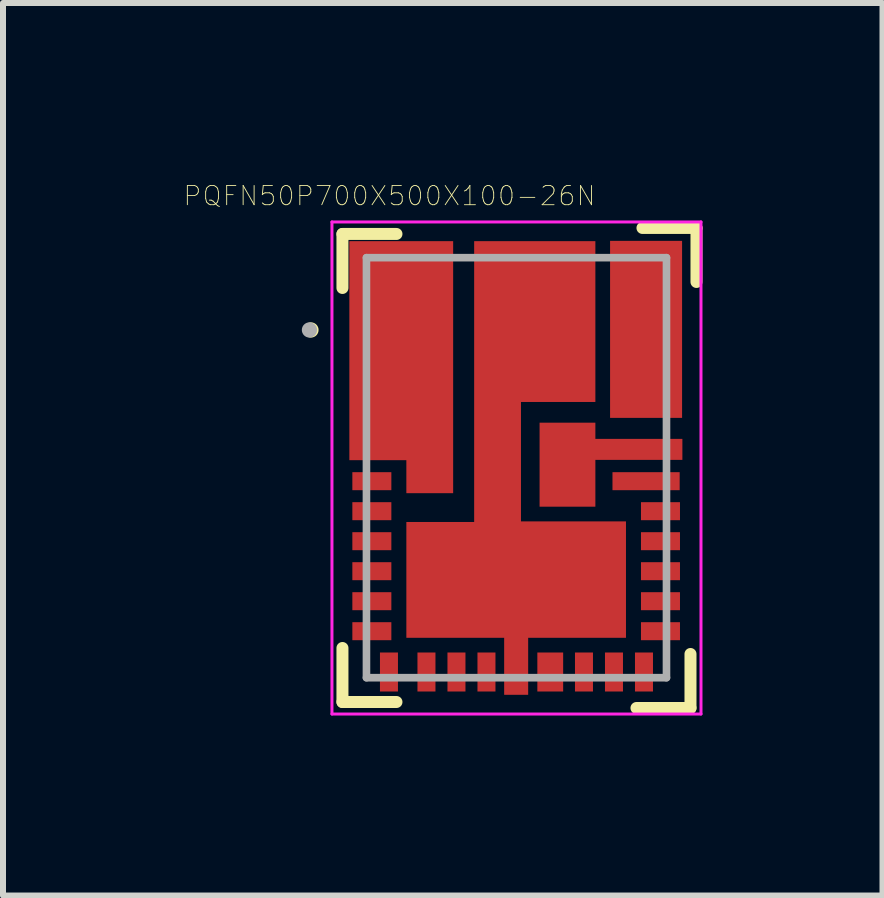
<source format=kicad_pcb>
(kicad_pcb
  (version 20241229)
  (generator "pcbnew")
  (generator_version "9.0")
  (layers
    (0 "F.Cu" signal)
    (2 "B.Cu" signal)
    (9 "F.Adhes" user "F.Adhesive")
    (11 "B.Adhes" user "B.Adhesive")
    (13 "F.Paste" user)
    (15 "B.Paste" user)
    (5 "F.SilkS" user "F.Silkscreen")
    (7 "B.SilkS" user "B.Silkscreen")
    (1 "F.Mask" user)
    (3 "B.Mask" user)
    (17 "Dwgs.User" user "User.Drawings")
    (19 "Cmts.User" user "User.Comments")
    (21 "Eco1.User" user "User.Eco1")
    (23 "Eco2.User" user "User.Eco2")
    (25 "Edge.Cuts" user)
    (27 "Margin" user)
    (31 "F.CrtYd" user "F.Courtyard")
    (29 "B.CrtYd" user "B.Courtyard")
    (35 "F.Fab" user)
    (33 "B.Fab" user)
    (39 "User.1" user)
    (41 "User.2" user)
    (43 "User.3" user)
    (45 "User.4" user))
  (footprint "PQFN50P700X500X100-26N"
    (layer "F.Cu")
    (at 5.557 4.744)
    (property "Reference" "PQFN50P700X500X100-26N" (at -2.117 -4.53 0) (layer "F.SilkS") (effects (font (size 0.32 0.32) (thickness 0.015))))
    (attr through_hole)
    (fp_poly (pts (xy -1.055 0.425) (xy -1.835 0.425) (xy -1.835 -0.125) (xy -2.785 -0.125) (xy -2.785 -3.775) (xy -1.055 -3.775)) (stroke (width 0) (type solid)) (fill yes) (layer "F.Cu"))
    (fp_poly (pts (xy 2.765 -0.13) (xy 1.315 -0.13) (xy 1.315 0.65) (xy 0.385 0.65) (xy 0.385 -0.75) (xy 1.315 -0.75) (xy 1.315 -0.48) (xy 2.765 -0.48)) (stroke (width 0) (type solid)) (fill yes) (layer "F.Cu"))
    (fp_poly (pts (xy 1.315 -3.775) (xy 1.315 -1.095) (xy 0.075 -1.095) (xy 0.075 0.895) (xy 1.825 0.895) (xy 1.825 2.835) (xy 0.195 2.835) (xy 0.195 3.785) (xy -0.205 3.785) (xy -0.205 2.835) (xy -1.835 2.835) (xy -1.835 0.905) (xy -0.705 0.905) (xy -0.705 -3.775)) (stroke (width 0) (type solid)) (fill yes) (layer "F.Cu"))
    (fp_poly (pts (xy -2.58 0.875) (xy -2.225 0.875) (xy -2.225 1.578) (xy -2.58 1.578)) (stroke (width 0.01) (type solid)) (fill yes) (layer "F.Mask"))
    (fp_poly (pts (xy -2.579 1.375) (xy -2.225 1.375) (xy -2.225 2.078) (xy -2.579 2.078)) (stroke (width 0.01) (type solid)) (fill yes) (layer "F.Mask"))
    (fp_poly (pts (xy -2.577 -0.125) (xy -2.225 -0.125) (xy -2.225 0.575) (xy -2.577 0.575)) (stroke (width 0.01) (type solid)) (fill yes) (layer "F.Mask"))
    (fp_poly (pts (xy -2.577 2.37) (xy -2.225 2.37) (xy -2.225 3.072) (xy -2.577 3.072)) (stroke (width 0.01) (type solid)) (fill yes) (layer "F.Mask"))
    (fp_poly (pts (xy -2.576 0.375) (xy -2.225 0.375) (xy -2.225 1.076) (xy -2.576 1.076)) (stroke (width 0.01) (type solid)) (fill yes) (layer "F.Mask"))
    (fp_poly (pts (xy -2.576 1.875) (xy -2.225 1.875) (xy -2.225 2.576) (xy -2.576 2.576)) (stroke (width 0.01) (type solid)) (fill yes) (layer "F.Mask"))
    (fp_poly (pts (xy -2.301 3.055) (xy -1.95 3.055) (xy -1.95 3.756) (xy -2.301 3.756)) (stroke (width 0.01) (type solid)) (fill yes) (layer "F.Mask"))
    (fp_poly (pts (xy -1.678 3.055) (xy -1.325 3.055) (xy -1.325 3.761) (xy -1.678 3.761)) (stroke (width 0.01) (type solid)) (fill yes) (layer "F.Mask"))
    (fp_poly (pts (xy -1.177 3.055) (xy -0.825 3.055) (xy -0.825 3.762) (xy -1.177 3.762)) (stroke (width 0.01) (type solid)) (fill yes) (layer "F.Mask"))
    (fp_poly (pts (xy -0.675 3.055) (xy -0.325 3.055) (xy -0.325 3.757) (xy -0.675 3.757)) (stroke (width 0.01) (type solid)) (fill yes) (layer "F.Mask"))
    (fp_poly (pts (xy 0.321 3.055) (xy 0.805 3.055) (xy 0.805 3.762) (xy 0.321 3.762)) (stroke (width 0.01) (type solid)) (fill yes) (layer "F.Mask"))
    (fp_poly (pts (xy 0.951 3.055) (xy 1.3 3.055) (xy 1.3 3.761) (xy 0.951 3.761)) (stroke (width 0.01) (type solid)) (fill yes) (layer "F.Mask"))
    (fp_poly (pts (xy 1.451 3.055) (xy 1.8 3.055) (xy 1.8 3.756) (xy 1.451 3.756)) (stroke (width 0.01) (type solid)) (fill yes) (layer "F.Mask"))
    (fp_poly (pts (xy 1.586 0.055) (xy 2.755 0.055) (xy 2.755 0.4) (xy 1.586 0.4)) (stroke (width 0.01) (type solid)) (fill yes) (layer "F.Mask"))
    (fp_poly (pts (xy 1.951 3.055) (xy 2.3 3.055) (xy 2.3 3.757) (xy 1.951 3.757)) (stroke (width 0.01) (type solid)) (fill yes) (layer "F.Mask"))
    (fp_poly (pts (xy 2.236 1.875) (xy 2.585 1.875) (xy 2.585 2.577) (xy 2.236 2.577)) (stroke (width 0.01) (type solid)) (fill yes) (layer "F.Mask"))
    (fp_poly (pts (xy 2.237 0.375) (xy 2.585 0.375) (xy 2.585 1.076) (xy 2.237 1.076)) (stroke (width 0.01) (type solid)) (fill yes) (layer "F.Mask"))
    (fp_poly (pts (xy 2.238 2.375) (xy 2.585 2.375) (xy 2.585 3.078) (xy 2.238 3.078)) (stroke (width 0.01) (type solid)) (fill yes) (layer "F.Mask"))
    (fp_poly (pts (xy 2.239 1.375) (xy 2.585 1.375) (xy 2.585 2.079) (xy 2.239 2.079)) (stroke (width 0.01) (type solid)) (fill yes) (layer "F.Mask"))
    (fp_poly (pts (xy 2.239 0.875) (xy 2.585 0.875) (xy 2.585 1.578) (xy 2.239 1.578)) (stroke (width 0.01) (type solid)) (fill yes) (layer "F.Mask"))
    (fp_poly (pts (xy 2.725 -0.155) (xy 1.275 -0.155) (xy 1.275 0.625) (xy 0.445 0.625) (xy 0.445 -0.725) (xy 1.275 -0.725) (xy 1.275 -0.455) (xy 2.725 -0.455)) (stroke (width 0) (type solid)) (fill yes) (layer "F.Mask"))
    (fp_poly (pts (xy -1.105 -3.73) (xy -1.505 -3.73) (xy -1.505 -3.18) (xy -2.735 -3.18) (xy -2.735 -2.63) (xy -2.235 -2.63) (xy -2.235 -1.93) (xy -2.735 -1.93) (xy -2.735 -1.38) (xy -2.235 -1.38) (xy -2.235 -0.68) (xy -2.735 -0.68) (xy -2.735 -0.13) (xy -1.785 -0.13) (xy -1.785 0.37) (xy -1.105 0.37)) (stroke (width 0.001) (type solid)) (fill yes) (layer "F.Mask"))
    (fp_poly (pts (xy 1.27 -3.73) (xy 1.27 -1.15) (xy 0.03 -1.15) (xy 0.03 0.94) (xy 1.78 0.94) (xy 1.78 2.78) (xy 0.15 2.78) (xy 0.15 3.73) (xy -0.15 3.73) (xy -0.15 2.78) (xy -1.78 2.78) (xy -1.78 0.95) (xy -0.65 0.95) (xy -0.65 -3.73) (xy -0.1 -3.73) (xy -0.1 -3.18) (xy 0.72 -3.18) (xy 0.72 -3.73)) (stroke (width 0) (type solid)) (fill yes) (layer "F.Mask"))
    (fp_poly (pts (xy 2.71 -0.88) (xy 1.61 -0.88) (xy 1.61 -3.73) (xy 1.84 -3.73) (xy 1.84 -3.18) (xy 2.71 -3.18) (xy 2.71 -2.88) (xy 2.22 -2.88) (xy 2.22 -2.68) (xy 2.71 -2.68) (xy 2.71 -2.38) (xy 2.22 -2.38) (xy 2.22 -2.18) (xy 2.71 -2.18) (xy 2.71 -1.88) (xy 2.18 -1.88) (xy 2.18 -1.68) (xy 2.71 -1.68) (xy 2.71 -1.38) (xy 2.16 -1.38) (xy 2.16 -1.18) (xy 2.71 -1.18)) (stroke (width 0.001) (type solid)) (fill yes) (layer "F.Mask"))
    (fp_poly (pts (xy 2.71 -0.88) (xy 1.61 -0.88) (xy 1.61 -3.73) (xy 2.07 -3.73) (xy 2.07 -3.18) (xy 2.71 -3.18) (xy 2.71 -2.88) (xy 2.22 -2.88) (xy 2.22 -2.68) (xy 2.71 -2.68) (xy 2.71 -2.38) (xy 2.22 -2.38) (xy 2.22 -2.18) (xy 2.71 -2.18) (xy 2.71 -1.88) (xy 2.22 -1.88) (xy 2.22 -1.68) (xy 2.71 -1.68) (xy 2.71 -1.38) (xy 2.22 -1.38) (xy 2.22 -1.18) (xy 2.71 -1.18)) (stroke (width 0.001) (type solid)) (fill yes) (layer "F.Mask"))
    (fp_line (start -2.9 -3.895) (end -2.9 -2.995) (stroke (width 0.2) (type solid)) (layer "F.SilkS"))
    (fp_line (start -2.9 3.005) (end -2.9 3.905) (stroke (width 0.2) (type solid)) (layer "F.SilkS"))
    (fp_line (start -2 -3.895) (end -2.9 -3.895) (stroke (width 0.2) (type solid)) (layer "F.SilkS"))
    (fp_line (start -2 3.905) (end -2.9 3.905) (stroke (width 0.2) (type solid)) (layer "F.SilkS"))
    (fp_line (start 2.9 3.105) (end 2.9 4.005) (stroke (width 0.2) (type solid)) (layer "F.SilkS"))
    (fp_line (start 2.9 4.005) (end 2 4.005) (stroke (width 0.2) (type solid)) (layer "F.SilkS"))
    (fp_line (start 3 -3.995) (end 2.1 -3.995) (stroke (width 0.2) (type solid)) (layer "F.SilkS"))
    (fp_line (start 3 -3.995) (end 3 -3.095) (stroke (width 0.2) (type solid)) (layer "F.SilkS"))
    (fp_circle (center -3.425 -2.295) (end -3.298 -2.295) (stroke (width 0) (type solid)) (fill yes) (layer "F.SilkS"))
    (fp_poly (pts (xy -2.514 1.95) (xy -2.23 1.95) (xy -2.23 2.504) (xy -2.514 2.504)) (stroke (width 0.01) (type solid)) (fill yes) (layer "F.Paste"))
    (fp_poly (pts (xy -2.514 2.45) (xy -2.23 2.45) (xy -2.23 3.005) (xy -2.514 3.005)) (stroke (width 0.01) (type solid)) (fill yes) (layer "F.Paste"))
    (fp_poly (pts (xy -2.513 0.95) (xy -2.23 0.95) (xy -2.23 1.502) (xy -2.513 1.502)) (stroke (width 0.01) (type solid)) (fill yes) (layer "F.Paste"))
    (fp_poly (pts (xy -2.511 1.45) (xy -2.23 1.45) (xy -2.23 2.001) (xy -2.511 2.001)) (stroke (width 0.01) (type solid)) (fill yes) (layer "F.Paste"))
    (fp_poly (pts (xy -2.511 0.45) (xy -2.23 0.45) (xy -2.23 1) (xy -2.511 1)) (stroke (width 0.01) (type solid)) (fill yes) (layer "F.Paste"))
    (fp_poly (pts (xy -2.51 -0.05) (xy -2.23 -0.05) (xy -2.23 0.5) (xy -2.51 0.5)) (stroke (width 0.01) (type solid)) (fill yes) (layer "F.Paste"))
    (fp_poly (pts (xy -2.267 3.09) (xy -1.985 3.09) (xy -1.985 3.642) (xy -2.267 3.642)) (stroke (width 0.01) (type solid)) (fill yes) (layer "F.Paste"))
    (fp_poly (pts (xy -1.736 0.07) (xy -1.155 0.07) (xy -1.155 0.32) (xy -1.736 0.32)) (stroke (width 0.01) (type solid)) (fill yes) (layer "F.Paste"))
    (fp_poly (pts (xy -1.733 0.99) (xy -0.73 0.99) (xy -0.73 1.743) (xy -1.733 1.743)) (stroke (width 0.01) (type solid)) (fill yes) (layer "F.Paste"))
    (fp_poly (pts (xy -1.73 1.97) (xy -0.73 1.97) (xy -0.73 2.72) (xy -1.73 2.72)) (stroke (width 0.01) (type solid)) (fill yes) (layer "F.Paste"))
    (fp_poly (pts (xy -1.64 3.09) (xy -1.36 3.09) (xy -1.36 3.64) (xy -1.64 3.64)) (stroke (width 0.01) (type solid)) (fill yes) (layer "F.Paste"))
    (fp_poly (pts (xy -1.462 -3.565) (xy -1.16 -3.565) (xy -1.16 -3.329) (xy -1.462 -3.329)) (stroke (width 0.01) (type solid)) (fill yes) (layer "F.Paste"))
    (fp_poly (pts (xy -1.141 3.09) (xy -0.86 3.09) (xy -0.86 3.642) (xy -1.141 3.642)) (stroke (width 0.01) (type solid)) (fill yes) (layer "F.Paste"))
    (fp_poly (pts (xy -0.641 3.09) (xy -0.36 3.09) (xy -0.36 3.643) (xy -0.641 3.643)) (stroke (width 0.01) (type solid)) (fill yes) (layer "F.Paste"))
    (fp_poly (pts (xy -0.606 -3.575) (xy -0.155 -3.575) (xy -0.155 -3.34) (xy -0.606 -3.34)) (stroke (width 0.01) (type solid)) (fill yes) (layer "F.Paste"))
    (fp_poly (pts (xy -0.601 0.035) (xy -0.02 0.035) (xy -0.02 0.736) (xy -0.601 0.736)) (stroke (width 0.01) (type solid)) (fill yes) (layer "F.Paste"))
    (fp_poly (pts (xy -0.601 -2.045) (xy 0.2 -2.045) (xy 0.2 -1.207) (xy -0.601 -1.207)) (stroke (width 0.01) (type solid)) (fill yes) (layer "F.Paste"))
    (fp_poly (pts (xy -0.601 -3.135) (xy 0.2 -3.135) (xy 0.2 -2.298) (xy -0.601 -2.298)) (stroke (width 0.01) (type solid)) (fill yes) (layer "F.Paste"))
    (fp_poly (pts (xy -0.6 -0.955) (xy -0.02 -0.955) (xy -0.02 -0.255) (xy -0.6 -0.255)) (stroke (width 0.01) (type solid)) (fill yes) (layer "F.Paste"))
    (fp_poly (pts (xy -0.501 0.99) (xy 0.5 0.99) (xy 0.5 1.743) (xy -0.501 1.743)) (stroke (width 0.01) (type solid)) (fill yes) (layer "F.Paste"))
    (fp_poly (pts (xy -0.5 1.97) (xy 0.5 1.97) (xy 0.5 2.722) (xy -0.5 2.722)) (stroke (width 0.01) (type solid)) (fill yes) (layer "F.Paste"))
    (fp_poly (pts (xy -0.1 2.94) (xy 0.1 2.94) (xy 0.1 3.644) (xy -0.1 3.644)) (stroke (width 0.01) (type solid)) (fill yes) (layer "F.Paste"))
    (fp_poly (pts (xy 0.355 3.09) (xy 0.775 3.09) (xy 0.775 3.643) (xy 0.355 3.643)) (stroke (width 0.01) (type solid)) (fill yes) (layer "F.Paste"))
    (fp_poly (pts (xy 0.42 -2.055) (xy 1.22 -2.055) (xy 1.22 -1.215) (xy 0.42 -1.215)) (stroke (width 0.01) (type solid)) (fill yes) (layer "F.Paste"))
    (fp_poly (pts (xy 0.42 -3.145) (xy 1.22 -3.145) (xy 1.22 -2.308) (xy 0.42 -2.308)) (stroke (width 0.01) (type solid)) (fill yes) (layer "F.Paste"))
    (fp_poly (pts (xy 0.5 0.085) (xy 1.23 0.085) (xy 1.23 0.585) (xy 0.5 0.585)) (stroke (width 0.01) (type solid)) (fill yes) (layer "F.Paste"))
    (fp_poly (pts (xy 0.5 -0.655) (xy 1.23 -0.655) (xy 1.23 -0.155) (xy 0.5 -0.155)) (stroke (width 0.01) (type solid)) (fill yes) (layer "F.Paste"))
    (fp_poly (pts (xy 0.73 1.97) (xy 1.73 1.97) (xy 1.73 2.721) (xy 0.73 2.721)) (stroke (width 0.01) (type solid)) (fill yes) (layer "F.Paste"))
    (fp_poly (pts (xy 0.731 0.99) (xy 1.73 0.99) (xy 1.73 1.742) (xy 0.731 1.742)) (stroke (width 0.01) (type solid)) (fill yes) (layer "F.Paste"))
    (fp_poly (pts (xy 0.766 -3.565) (xy 1.215 -3.565) (xy 1.215 -3.331) (xy 0.766 -3.331)) (stroke (width 0.01) (type solid)) (fill yes) (layer "F.Paste"))
    (fp_poly (pts (xy 0.986 3.09) (xy 1.265 3.09) (xy 1.265 3.644) (xy 0.986 3.644)) (stroke (width 0.01) (type solid)) (fill yes) (layer "F.Paste"))
    (fp_poly (pts (xy 1.311 -0.44) (xy 1.81 -0.44) (xy 1.81 -0.16) (xy 1.311 -0.16)) (stroke (width 0.01) (type solid)) (fill yes) (layer "F.Paste"))
    (fp_poly (pts (xy 1.488 3.09) (xy 1.765 3.09) (xy 1.765 3.646) (xy 1.488 3.646)) (stroke (width 0.01) (type solid)) (fill yes) (layer "F.Paste"))
    (fp_poly (pts (xy 1.62 0.085) (xy 2.02 0.085) (xy 2.02 0.365) (xy 1.62 0.365)) (stroke (width 0.01) (type solid)) (fill yes) (layer "F.Paste"))
    (fp_poly (pts (xy 1.67 -3.565) (xy 1.97 -3.565) (xy 1.97 -3.365) (xy 1.67 -3.365)) (stroke (width 0.01) (type solid)) (fill yes) (layer "F.Paste"))
    (fp_poly (pts (xy 1.67 -2.165) (xy 2.57 -2.165) (xy 2.57 -1.886) (xy 1.67 -1.886)) (stroke (width 0.01) (type solid)) (fill yes) (layer "F.Paste"))
    (fp_poly (pts (xy 1.672 -1.665) (xy 2.57 -1.665) (xy 2.57 -1.386) (xy 1.672 -1.386)) (stroke (width 0.01) (type solid)) (fill yes) (layer "F.Paste"))
    (fp_poly (pts (xy 1.672 -3.165) (xy 2.57 -3.165) (xy 2.57 -2.888) (xy 1.672 -2.888)) (stroke (width 0.01) (type solid)) (fill yes) (layer "F.Paste"))
    (fp_poly (pts (xy 1.673 -1.165) (xy 2.57 -1.165) (xy 2.57 -0.886) (xy 1.673 -0.886)) (stroke (width 0.01) (type solid)) (fill yes) (layer "F.Paste"))
    (fp_poly (pts (xy 1.673 -2.665) (xy 2.57 -2.665) (xy 2.57 -2.389) (xy 1.673 -2.389)) (stroke (width 0.01) (type solid)) (fill yes) (layer "F.Paste"))
    (fp_poly (pts (xy 1.987 3.09) (xy 2.265 3.09) (xy 2.265 3.644) (xy 1.987 3.644)) (stroke (width 0.01) (type solid)) (fill yes) (layer "F.Paste"))
    (fp_poly (pts (xy 2.142 -0.44) (xy 2.64 -0.44) (xy 2.64 -0.16) (xy 2.142 -0.16)) (stroke (width 0.01) (type solid)) (fill yes) (layer "F.Paste"))
    (fp_poly (pts (xy 2.22 1.45) (xy 2.5 1.45) (xy 2.5 2) (xy 2.22 2)) (stroke (width 0.01) (type solid)) (fill yes) (layer "F.Paste"))
    (fp_poly (pts (xy 2.221 0.45) (xy 2.5 0.45) (xy 2.5 1) (xy 2.221 1)) (stroke (width 0.01) (type solid)) (fill yes) (layer "F.Paste"))
    (fp_poly (pts (xy 2.222 0.95) (xy 2.5 0.95) (xy 2.5 1.502) (xy 2.222 1.502)) (stroke (width 0.01) (type solid)) (fill yes) (layer "F.Paste"))
    (fp_poly (pts (xy 2.224 2.45) (xy 2.5 2.45) (xy 2.5 3.005) (xy 2.224 3.005)) (stroke (width 0.01) (type solid)) (fill yes) (layer "F.Paste"))
    (fp_poly (pts (xy 2.224 1.95) (xy 2.5 1.95) (xy 2.5 2.505) (xy 2.224 2.505)) (stroke (width 0.01) (type solid)) (fill yes) (layer "F.Paste"))
    (fp_poly (pts (xy 2.242 0.085) (xy 2.64 0.085) (xy 2.64 0.365) (xy 2.242 0.365)) (stroke (width 0.01) (type solid)) (fill yes) (layer "F.Paste"))
    (fp_poly (pts (xy -1.16 -2.32) (xy -2.19 -2.32) (xy -2.19 -2.67) (xy -2.58 -2.67) (xy -2.58 -3.12) (xy -1.16 -3.12)) (stroke (width 0.001) (type solid)) (fill yes) (layer "F.Paste"))
    (fp_poly (pts (xy -1.16 -0.17) (xy -2.58 -0.17) (xy -2.58 -0.62) (xy -2.19 -0.62) (xy -2.19 -0.97) (xy -1.16 -0.97)) (stroke (width 0.001) (type solid)) (fill yes) (layer "F.Paste"))
    (fp_poly (pts (xy -1.16 -1.245) (xy -2.19 -1.245) (xy -2.19 -1.425) (xy -2.58 -1.425) (xy -2.58 -1.875) (xy -2.19 -1.875) (xy -2.19 -2.045) (xy -1.16 -2.045)) (stroke (width 0.001) (type solid)) (fill yes) (layer "F.Paste"))
    (fp_line (start -3.075 -4.095) (end 3.075 -4.095) (stroke (width 0.05) (type solid)) (layer "F.CrtYd"))
    (fp_line (start -3.075 4.105) (end -3.075 -4.095) (stroke (width 0.05) (type solid)) (layer "F.CrtYd"))
    (fp_line (start 3.075 -4.095) (end 3.075 4.105) (stroke (width 0.05) (type solid)) (layer "F.CrtYd"))
    (fp_line (start 3.075 4.105) (end -3.075 4.105) (stroke (width 0.05) (type solid)) (layer "F.CrtYd"))
    (fp_line (start -2.5 -3.5) (end 2.5 -3.5) (stroke (width 0.127) (type solid)) (layer "F.Fab"))
    (fp_line (start -2.5 3.5) (end -2.5 -3.5) (stroke (width 0.127) (type solid)) (layer "F.Fab"))
    (fp_line (start 2.5 -3.5) (end 2.5 3.5) (stroke (width 0.127) (type solid)) (layer "F.Fab"))
    (fp_line (start 2.5 3.5) (end -2.5 3.5) (stroke (width 0.127) (type solid)) (layer "F.Fab"))
    (fp_circle (center -3.45 -2.295) (end -3.323 -2.295) (stroke (width 0) (type solid)) (fill yes) (layer "F.Fab"))
    (pad "1" smd rect (at -1.935 -2.375) (size 1 2) (layers "F.Cu"))
    (pad "2" smd rect (at -2.41 0.225) (size 0.65 0.3) (layers "F.Cu"))
    (pad "3" smd rect (at -2.41 0.725) (size 0.65 0.3) (layers "F.Cu"))
    (pad "4" smd rect (at -2.41 1.225) (size 0.65 0.3) (layers "F.Cu"))
    (pad "5" smd rect (at -2.41 1.725) (size 0.65 0.3) (layers "F.Cu"))
    (pad "6" smd rect (at -2.41 2.225) (size 0.65 0.3) (layers "F.Cu"))
    (pad "7" smd rect (at -2.41 2.725) (size 0.65 0.3) (layers "F.Cu"))
    (pad "8" smd rect (at -2.125 3.405) (size 0.3 0.65) (layers "F.Cu"))
    (pad "9" smd rect (at -1.5 3.405) (size 0.3 0.65) (layers "F.Cu"))
    (pad "10" smd rect (at -1 3.405) (size 0.3 0.65) (layers "F.Cu"))
    (pad "11" smd rect (at -0.5 3.405) (size 0.3 0.65) (layers "F.Cu"))
    (pad "12" smd rect (at 0 3.405) (size 0.3 0.65) (layers "F.Cu"))
    (pad "13" smd rect (at 0.563 3.405) (size 0.43 0.65) (layers "F.Cu"))
    (pad "14" smd rect (at 1.125 3.405) (size 0.3 0.65) (layers "F.Cu"))
    (pad "15" smd rect (at 1.625 3.405) (size 0.3 0.65) (layers "F.Cu"))
    (pad "16" smd rect (at 2.125 3.405) (size 0.3 0.65) (layers "F.Cu"))
    (pad "17" smd rect (at 2.4 2.725) (size 0.65 0.3) (layers "F.Cu"))
    (pad "18" smd rect (at 2.4 2.225) (size 0.65 0.3) (layers "F.Cu"))
    (pad "19" smd rect (at 2.4 1.725) (size 0.65 0.3) (layers "F.Cu"))
    (pad "20" smd rect (at 2.4 1.225) (size 0.65 0.3) (layers "F.Cu"))
    (pad "21" smd rect (at 2.4 0.725) (size 0.65 0.3) (layers "F.Cu"))
    (pad "22" smd rect (at 2.16 0.225) (size 1.12 0.3) (layers "F.Cu"))
    (pad "23" smd rect (at 2.16 -0.305) (size 1.12 0.3) (layers "F.Cu"))
    (pad "24" smd rect (at 2.16 -2.305) (size 1.2 2.95) (layers "F.Cu"))
    (pad "25" smd rect (at 0.265 -2.3) (size 1 2) (layers "F.Cu"))
    (pad "26" smd rect (at 0.79 -0.295) (size 0.43 0.65) (layers "F.Cu")))
  (gr_rect
    (start -3 -3)
    (end 11.657 11.874)
    (stroke (width 0.1) (type default))
    (fill no)
    (layer "Edge.Cuts")))
</source>
